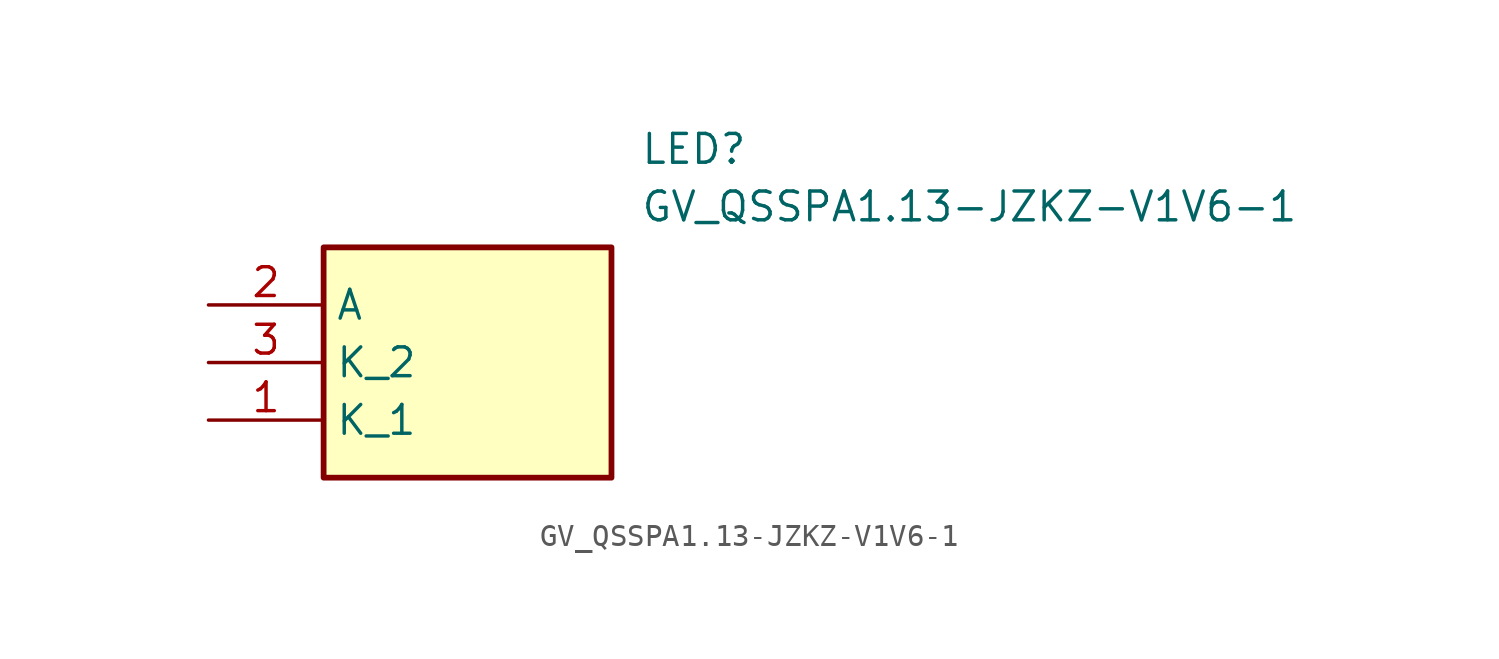
<source format=kicad_sym>
(kicad_symbol_lib
  (version 20211014)
  (generator SamacSys_ECAD_Model)
  (symbol "GV_QSSPA1.13-JZKZ-V1V6-1"
    (property "Reference" "LED"
      (at 19.05 7.62 0)
      (effects (font (size 1.27 1.27)) (justify left top)))
    (property "Value" "GV_QSSPA1.13-JZKZ-V1V6-1"
      (at 19.05 5.08 0)
      (effects (font (size 1.27 1.27)) (justify left top)))
    (rectangle
      (start 5.08 2.54)
      (end 17.78 -7.62)
      (stroke (width 0.254) (type default))
      (fill (type background)))
    (pin passive line
      (at 0 -5.08 0)
      (length 5.08)
      (name "K_1" (effects (font (size 1.27 1.27))))
      (number "1" (effects (font (size 1.27 1.27)))))
    (pin passive line
      (at 0 0 0)
      (length 5.08)
      (name "A" (effects (font (size 1.27 1.27))))
      (number "2" (effects (font (size 1.27 1.27)))))
    (pin passive line
      (at 0 -2.54 0)
      (length 5.08)
      (name "K_2" (effects (font (size 1.27 1.27))))
      (number "3" (effects (font (size 1.27 1.27)))))))
</source>
